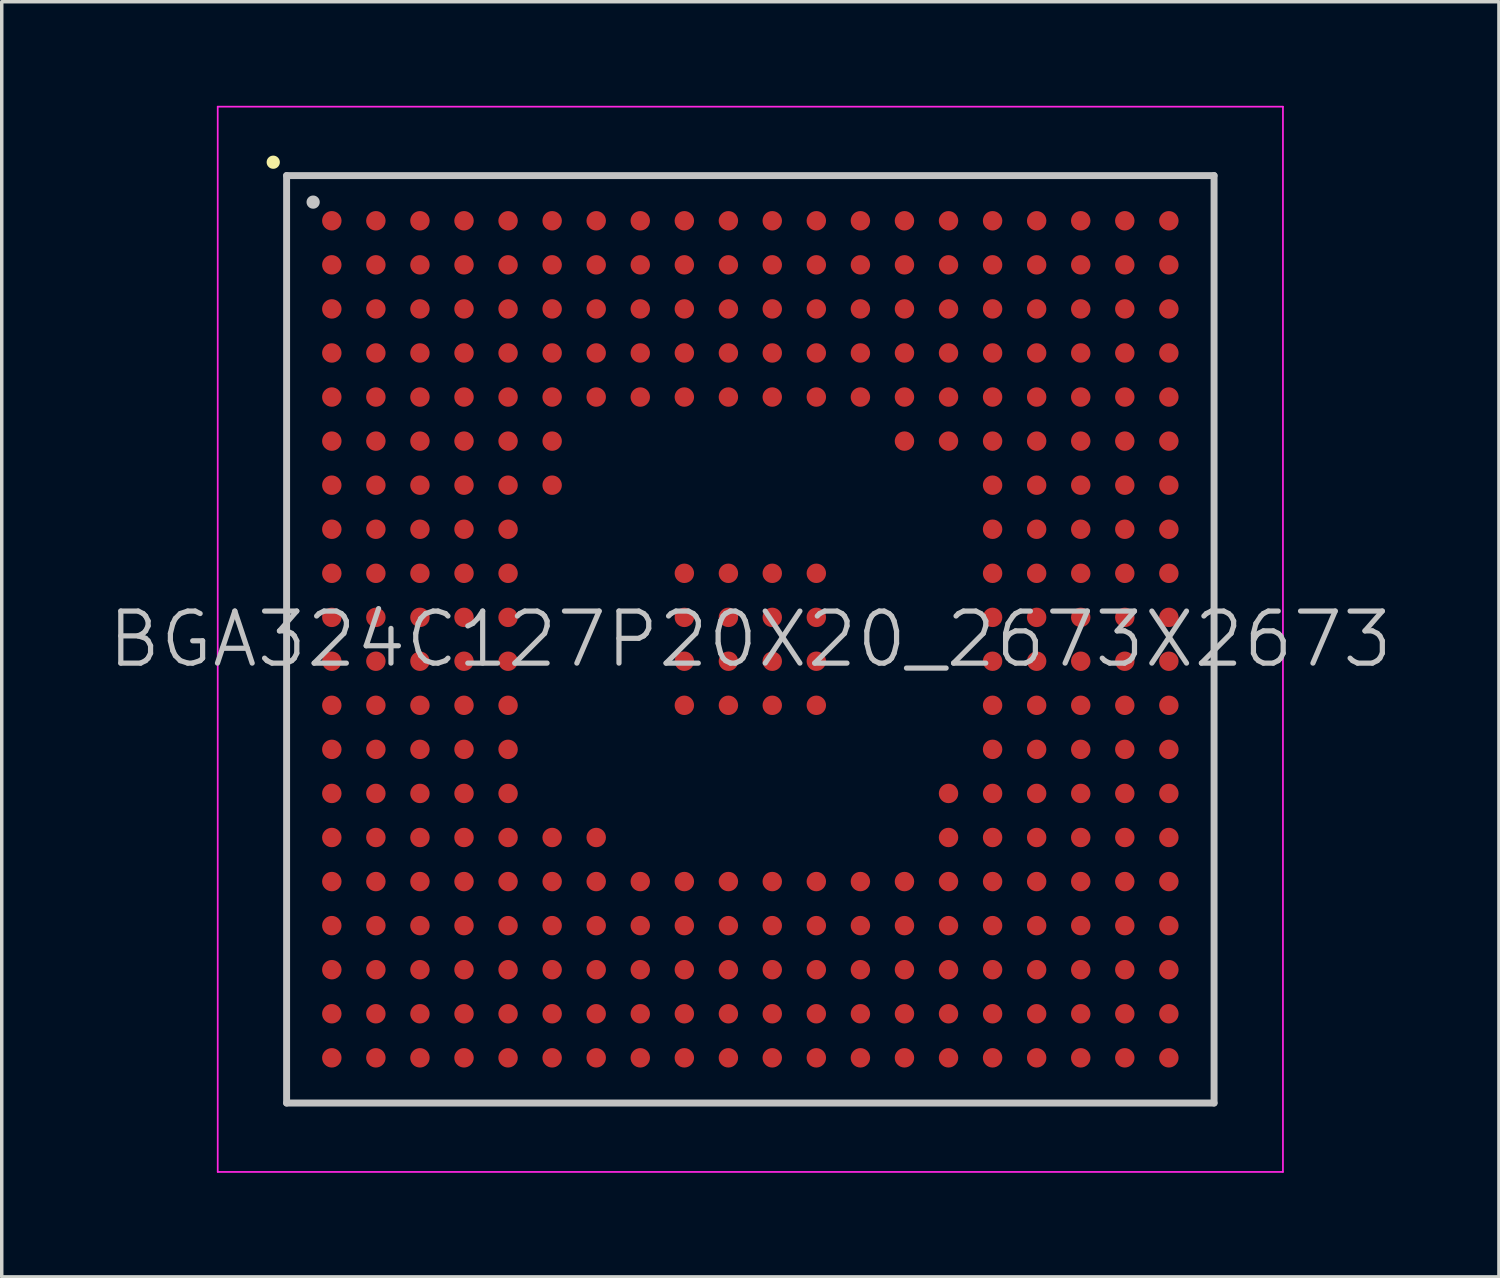
<source format=kicad_pcb>
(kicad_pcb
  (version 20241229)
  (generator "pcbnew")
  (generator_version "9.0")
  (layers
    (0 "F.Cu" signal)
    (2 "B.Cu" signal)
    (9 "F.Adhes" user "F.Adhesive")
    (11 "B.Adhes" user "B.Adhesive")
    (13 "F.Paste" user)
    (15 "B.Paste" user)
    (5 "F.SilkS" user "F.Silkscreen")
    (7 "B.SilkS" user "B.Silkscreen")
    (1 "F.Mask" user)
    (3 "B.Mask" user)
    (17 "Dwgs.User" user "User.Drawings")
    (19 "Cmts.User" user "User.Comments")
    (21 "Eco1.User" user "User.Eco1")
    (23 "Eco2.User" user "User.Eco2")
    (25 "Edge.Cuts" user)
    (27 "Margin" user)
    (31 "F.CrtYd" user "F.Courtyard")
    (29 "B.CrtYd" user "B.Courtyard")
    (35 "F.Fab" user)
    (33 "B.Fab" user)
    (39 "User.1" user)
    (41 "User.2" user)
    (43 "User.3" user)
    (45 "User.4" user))
  (footprint "BGA324C127P20X20_2673X2673"
    (layer "F.Cu")
    (at 18.575 15.375)
    (property "Reference" "BGA324C127P20X20_2673X2673" (at 0 0 0) (layer "Dwgs.User") (effects (font (size 1.5 1.5) (thickness 0.15))))
    (attr smd)
    (fp_line (start -13.75 -13.75) (end -13.75 -13.75) (stroke (width 0.381) (type solid)) (layer "F.SilkS"))
    (fp_line (start -13.365 -13.365) (end -13.365 13.365) (stroke (width 0.2) (type solid)) (layer "Dwgs.User"))
    (fp_line (start -13.365 -13.365) (end 13.365 -13.365) (stroke (width 0.2) (type solid)) (layer "Dwgs.User"))
    (fp_line (start -13.365 13.365) (end 13.365 13.365) (stroke (width 0.2) (type solid)) (layer "Dwgs.User"))
    (fp_line (start -12.6 -12.6) (end -12.6 -12.6) (stroke (width 0.381) (type solid)) (layer "Dwgs.User"))
    (fp_line (start 13.365 -13.365) (end 13.365 13.365) (stroke (width 0.2) (type solid)) (layer "Dwgs.User"))
    (fp_line (start -15.35 -15.35) (end -15.35 15.35) (stroke (width 0.05) (type solid)) (layer "F.CrtYd"))
    (fp_line (start -15.35 -15.35) (end 15.35 -15.35) (stroke (width 0.05) (type solid)) (layer "F.CrtYd"))
    (fp_line (start -15.35 15.35) (end 15.35 15.35) (stroke (width 0.05) (type solid)) (layer "F.CrtYd"))
    (fp_line (start 15.35 -15.35) (end 15.35 15.35) (stroke (width 0.05) (type solid)) (layer "F.CrtYd"))
    (pad "A1" smd circle (at -12.062 -12.062 270) (size 0.56 0.56) (layers "F.Cu" "F.Mask" "F.Paste"))
    (pad "A2" smd circle (at -10.792 -12.062 270) (size 0.56 0.56) (layers "F.Cu" "F.Mask" "F.Paste"))
    (pad "A3" smd circle (at -9.522 -12.062 270) (size 0.56 0.56) (layers "F.Cu" "F.Mask" "F.Paste"))
    (pad "A4" smd circle (at -8.252 -12.062 270) (size 0.56 0.56) (layers "F.Cu" "F.Mask" "F.Paste"))
    (pad "A5" smd circle (at -6.982 -12.062 270) (size 0.56 0.56) (layers "F.Cu" "F.Mask" "F.Paste"))
    (pad "A6" smd circle (at -5.712 -12.062 270) (size 0.56 0.56) (layers "F.Cu" "F.Mask" "F.Paste"))
    (pad "A7" smd circle (at -4.442 -12.062 270) (size 0.56 0.56) (layers "F.Cu" "F.Mask" "F.Paste"))
    (pad "A8" smd circle (at -3.172 -12.062 270) (size 0.56 0.56) (layers "F.Cu" "F.Mask" "F.Paste"))
    (pad "A9" smd circle (at -1.902 -12.062 270) (size 0.56 0.56) (layers "F.Cu" "F.Mask" "F.Paste"))
    (pad "A10" smd circle (at -0.632 -12.062 270) (size 0.56 0.56) (layers "F.Cu" "F.Mask" "F.Paste"))
    (pad "A11" smd circle (at 0.632 -12.062 270) (size 0.56 0.56) (layers "F.Cu" "F.Mask" "F.Paste"))
    (pad "A12" smd circle (at 1.902 -12.062 270) (size 0.56 0.56) (layers "F.Cu" "F.Mask" "F.Paste"))
    (pad "A13" smd circle (at 3.172 -12.062 270) (size 0.56 0.56) (layers "F.Cu" "F.Mask" "F.Paste"))
    (pad "A14" smd circle (at 4.442 -12.062 270) (size 0.56 0.56) (layers "F.Cu" "F.Mask" "F.Paste"))
    (pad "A15" smd circle (at 5.712 -12.062 270) (size 0.56 0.56) (layers "F.Cu" "F.Mask" "F.Paste"))
    (pad "A16" smd circle (at 6.982 -12.062 270) (size 0.56 0.56) (layers "F.Cu" "F.Mask" "F.Paste"))
    (pad "A17" smd circle (at 8.252 -12.062 270) (size 0.56 0.56) (layers "F.Cu" "F.Mask" "F.Paste"))
    (pad "A18" smd circle (at 9.522 -12.062 270) (size 0.56 0.56) (layers "F.Cu" "F.Mask" "F.Paste"))
    (pad "A19" smd circle (at 10.792 -12.062 270) (size 0.56 0.56) (layers "F.Cu" "F.Mask" "F.Paste"))
    (pad "A20" smd circle (at 12.062 -12.062 270) (size 0.56 0.56) (layers "F.Cu" "F.Mask" "F.Paste"))
    (pad "B1" smd circle (at -12.062 -10.792 270) (size 0.56 0.56) (layers "F.Cu" "F.Mask" "F.Paste"))
    (pad "B2" smd circle (at -10.792 -10.792 270) (size 0.56 0.56) (layers "F.Cu" "F.Mask" "F.Paste"))
    (pad "B3" smd circle (at -9.522 -10.792 270) (size 0.56 0.56) (layers "F.Cu" "F.Mask" "F.Paste"))
    (pad "B4" smd circle (at -8.252 -10.792 270) (size 0.56 0.56) (layers "F.Cu" "F.Mask" "F.Paste"))
    (pad "B5" smd circle (at -6.982 -10.792 270) (size 0.56 0.56) (layers "F.Cu" "F.Mask" "F.Paste"))
    (pad "B6" smd circle (at -5.712 -10.792 270) (size 0.56 0.56) (layers "F.Cu" "F.Mask" "F.Paste"))
    (pad "B7" smd circle (at -4.442 -10.792 270) (size 0.56 0.56) (layers "F.Cu" "F.Mask" "F.Paste"))
    (pad "B8" smd circle (at -3.172 -10.792 270) (size 0.56 0.56) (layers "F.Cu" "F.Mask" "F.Paste"))
    (pad "B9" smd circle (at -1.902 -10.792 270) (size 0.56 0.56) (layers "F.Cu" "F.Mask" "F.Paste"))
    (pad "B10" smd circle (at -0.632 -10.792 270) (size 0.56 0.56) (layers "F.Cu" "F.Mask" "F.Paste"))
    (pad "B11" smd circle (at 0.632 -10.792 270) (size 0.56 0.56) (layers "F.Cu" "F.Mask" "F.Paste"))
    (pad "B12" smd circle (at 1.902 -10.792 270) (size 0.56 0.56) (layers "F.Cu" "F.Mask" "F.Paste"))
    (pad "B13" smd circle (at 3.172 -10.792 270) (size 0.56 0.56) (layers "F.Cu" "F.Mask" "F.Paste"))
    (pad "B14" smd circle (at 4.442 -10.792 270) (size 0.56 0.56) (layers "F.Cu" "F.Mask" "F.Paste"))
    (pad "B15" smd circle (at 5.712 -10.792 270) (size 0.56 0.56) (layers "F.Cu" "F.Mask" "F.Paste"))
    (pad "B16" smd circle (at 6.982 -10.792 270) (size 0.56 0.56) (layers "F.Cu" "F.Mask" "F.Paste"))
    (pad "B17" smd circle (at 8.252 -10.792 270) (size 0.56 0.56) (layers "F.Cu" "F.Mask" "F.Paste"))
    (pad "B18" smd circle (at 9.522 -10.792 270) (size 0.56 0.56) (layers "F.Cu" "F.Mask" "F.Paste"))
    (pad "B19" smd circle (at 10.792 -10.792 270) (size 0.56 0.56) (layers "F.Cu" "F.Mask" "F.Paste"))
    (pad "B20" smd circle (at 12.062 -10.792 270) (size 0.56 0.56) (layers "F.Cu" "F.Mask" "F.Paste"))
    (pad "C1" smd circle (at -12.062 -9.522 270) (size 0.56 0.56) (layers "F.Cu" "F.Mask" "F.Paste"))
    (pad "C2" smd circle (at -10.792 -9.522 270) (size 0.56 0.56) (layers "F.Cu" "F.Mask" "F.Paste"))
    (pad "C3" smd circle (at -9.522 -9.522 270) (size 0.56 0.56) (layers "F.Cu" "F.Mask" "F.Paste"))
    (pad "C4" smd circle (at -8.252 -9.522 270) (size 0.56 0.56) (layers "F.Cu" "F.Mask" "F.Paste"))
    (pad "C5" smd circle (at -6.982 -9.522 270) (size 0.56 0.56) (layers "F.Cu" "F.Mask" "F.Paste"))
    (pad "C6" smd circle (at -5.712 -9.522 270) (size 0.56 0.56) (layers "F.Cu" "F.Mask" "F.Paste"))
    (pad "C7" smd circle (at -4.442 -9.522 270) (size 0.56 0.56) (layers "F.Cu" "F.Mask" "F.Paste"))
    (pad "C8" smd circle (at -3.172 -9.522 270) (size 0.56 0.56) (layers "F.Cu" "F.Mask" "F.Paste"))
    (pad "C9" smd circle (at -1.902 -9.522 270) (size 0.56 0.56) (layers "F.Cu" "F.Mask" "F.Paste"))
    (pad "C10" smd circle (at -0.632 -9.522 270) (size 0.56 0.56) (layers "F.Cu" "F.Mask" "F.Paste"))
    (pad "C11" smd circle (at 0.632 -9.522 270) (size 0.56 0.56) (layers "F.Cu" "F.Mask" "F.Paste"))
    (pad "C12" smd circle (at 1.902 -9.522 270) (size 0.56 0.56) (layers "F.Cu" "F.Mask" "F.Paste"))
    (pad "C13" smd circle (at 3.172 -9.522 270) (size 0.56 0.56) (layers "F.Cu" "F.Mask" "F.Paste"))
    (pad "C14" smd circle (at 4.442 -9.522 270) (size 0.56 0.56) (layers "F.Cu" "F.Mask" "F.Paste"))
    (pad "C15" smd circle (at 5.712 -9.522 270) (size 0.56 0.56) (layers "F.Cu" "F.Mask" "F.Paste"))
    (pad "C16" smd circle (at 6.982 -9.522 270) (size 0.56 0.56) (layers "F.Cu" "F.Mask" "F.Paste"))
    (pad "C17" smd circle (at 8.252 -9.522 270) (size 0.56 0.56) (layers "F.Cu" "F.Mask" "F.Paste"))
    (pad "C18" smd circle (at 9.522 -9.522 270) (size 0.56 0.56) (layers "F.Cu" "F.Mask" "F.Paste"))
    (pad "C19" smd circle (at 10.792 -9.522 270) (size 0.56 0.56) (layers "F.Cu" "F.Mask" "F.Paste"))
    (pad "C20" smd circle (at 12.062 -9.522 270) (size 0.56 0.56) (layers "F.Cu" "F.Mask" "F.Paste"))
    (pad "D1" smd circle (at -12.062 -8.252 270) (size 0.56 0.56) (layers "F.Cu" "F.Mask" "F.Paste"))
    (pad "D2" smd circle (at -10.792 -8.252 270) (size 0.56 0.56) (layers "F.Cu" "F.Mask" "F.Paste"))
    (pad "D3" smd circle (at -9.522 -8.252 270) (size 0.56 0.56) (layers "F.Cu" "F.Mask" "F.Paste"))
    (pad "D4" smd circle (at -8.252 -8.252 270) (size 0.56 0.56) (layers "F.Cu" "F.Mask" "F.Paste"))
    (pad "D5" smd circle (at -6.982 -8.252 270) (size 0.56 0.56) (layers "F.Cu" "F.Mask" "F.Paste"))
    (pad "D6" smd circle (at -5.712 -8.252 270) (size 0.56 0.56) (layers "F.Cu" "F.Mask" "F.Paste"))
    (pad "D7" smd circle (at -4.442 -8.252 270) (size 0.56 0.56) (layers "F.Cu" "F.Mask" "F.Paste"))
    (pad "D8" smd circle (at -3.172 -8.252 270) (size 0.56 0.56) (layers "F.Cu" "F.Mask" "F.Paste"))
    (pad "D9" smd circle (at -1.902 -8.252 270) (size 0.56 0.56) (layers "F.Cu" "F.Mask" "F.Paste"))
    (pad "D10" smd circle (at -0.632 -8.252 270) (size 0.56 0.56) (layers "F.Cu" "F.Mask" "F.Paste"))
    (pad "D11" smd circle (at 0.632 -8.252 270) (size 0.56 0.56) (layers "F.Cu" "F.Mask" "F.Paste"))
    (pad "D12" smd circle (at 1.902 -8.252 270) (size 0.56 0.56) (layers "F.Cu" "F.Mask" "F.Paste"))
    (pad "D13" smd circle (at 3.172 -8.252 270) (size 0.56 0.56) (layers "F.Cu" "F.Mask" "F.Paste"))
    (pad "D14" smd circle (at 4.442 -8.252 270) (size 0.56 0.56) (layers "F.Cu" "F.Mask" "F.Paste"))
    (pad "D15" smd circle (at 5.712 -8.252 270) (size 0.56 0.56) (layers "F.Cu" "F.Mask" "F.Paste"))
    (pad "D16" smd circle (at 6.982 -8.252 270) (size 0.56 0.56) (layers "F.Cu" "F.Mask" "F.Paste"))
    (pad "D17" smd circle (at 8.252 -8.252 270) (size 0.56 0.56) (layers "F.Cu" "F.Mask" "F.Paste"))
    (pad "D18" smd circle (at 9.522 -8.252 270) (size 0.56 0.56) (layers "F.Cu" "F.Mask" "F.Paste"))
    (pad "D19" smd circle (at 10.792 -8.252 270) (size 0.56 0.56) (layers "F.Cu" "F.Mask" "F.Paste"))
    (pad "D20" smd circle (at 12.062 -8.252 270) (size 0.56 0.56) (layers "F.Cu" "F.Mask" "F.Paste"))
    (pad "E1" smd circle (at -12.062 -6.982 270) (size 0.56 0.56) (layers "F.Cu" "F.Mask" "F.Paste"))
    (pad "E2" smd circle (at -10.792 -6.982 270) (size 0.56 0.56) (layers "F.Cu" "F.Mask" "F.Paste"))
    (pad "E3" smd circle (at -9.522 -6.982 270) (size 0.56 0.56) (layers "F.Cu" "F.Mask" "F.Paste"))
    (pad "E4" smd circle (at -8.252 -6.982 270) (size 0.56 0.56) (layers "F.Cu" "F.Mask" "F.Paste"))
    (pad "E5" smd circle (at -6.982 -6.982 270) (size 0.56 0.56) (layers "F.Cu" "F.Mask" "F.Paste"))
    (pad "E6" smd circle (at -5.712 -6.982 270) (size 0.56 0.56) (layers "F.Cu" "F.Mask" "F.Paste"))
    (pad "E7" smd circle (at -4.442 -6.982 270) (size 0.56 0.56) (layers "F.Cu" "F.Mask" "F.Paste"))
    (pad "E8" smd circle (at -3.172 -6.982 270) (size 0.56 0.56) (layers "F.Cu" "F.Mask" "F.Paste"))
    (pad "E9" smd circle (at -1.902 -6.982 270) (size 0.56 0.56) (layers "F.Cu" "F.Mask" "F.Paste"))
    (pad "E10" smd circle (at -0.632 -6.982 270) (size 0.56 0.56) (layers "F.Cu" "F.Mask" "F.Paste"))
    (pad "E11" smd circle (at 0.632 -6.982 270) (size 0.56 0.56) (layers "F.Cu" "F.Mask" "F.Paste"))
    (pad "E12" smd circle (at 1.902 -6.982 270) (size 0.56 0.56) (layers "F.Cu" "F.Mask" "F.Paste"))
    (pad "E13" smd circle (at 3.172 -6.982 270) (size 0.56 0.56) (layers "F.Cu" "F.Mask" "F.Paste"))
    (pad "E14" smd circle (at 4.442 -6.982 270) (size 0.56 0.56) (layers "F.Cu" "F.Mask" "F.Paste"))
    (pad "E15" smd circle (at 5.712 -6.982 270) (size 0.56 0.56) (layers "F.Cu" "F.Mask" "F.Paste"))
    (pad "E16" smd circle (at 6.982 -6.982 270) (size 0.56 0.56) (layers "F.Cu" "F.Mask" "F.Paste"))
    (pad "E17" smd circle (at 8.252 -6.982 270) (size 0.56 0.56) (layers "F.Cu" "F.Mask" "F.Paste"))
    (pad "E18" smd circle (at 9.522 -6.982 270) (size 0.56 0.56) (layers "F.Cu" "F.Mask" "F.Paste"))
    (pad "E19" smd circle (at 10.792 -6.982 270) (size 0.56 0.56) (layers "F.Cu" "F.Mask" "F.Paste"))
    (pad "E20" smd circle (at 12.062 -6.982 270) (size 0.56 0.56) (layers "F.Cu" "F.Mask" "F.Paste"))
    (pad "F1" smd circle (at -12.062 -5.712 270) (size 0.56 0.56) (layers "F.Cu" "F.Mask" "F.Paste"))
    (pad "F2" smd circle (at -10.792 -5.712 270) (size 0.56 0.56) (layers "F.Cu" "F.Mask" "F.Paste"))
    (pad "F3" smd circle (at -9.522 -5.712 270) (size 0.56 0.56) (layers "F.Cu" "F.Mask" "F.Paste"))
    (pad "F4" smd circle (at -8.252 -5.712 270) (size 0.56 0.56) (layers "F.Cu" "F.Mask" "F.Paste"))
    (pad "F5" smd circle (at -6.982 -5.712 270) (size 0.56 0.56) (layers "F.Cu" "F.Mask" "F.Paste"))
    (pad "F6" smd circle (at -5.712 -5.712 270) (size 0.56 0.56) (layers "F.Cu" "F.Mask" "F.Paste"))
    (pad "F14" smd circle (at 4.442 -5.712 270) (size 0.56 0.56) (layers "F.Cu" "F.Mask" "F.Paste"))
    (pad "F15" smd circle (at 5.712 -5.712 270) (size 0.56 0.56) (layers "F.Cu" "F.Mask" "F.Paste"))
    (pad "F16" smd circle (at 6.982 -5.712 270) (size 0.56 0.56) (layers "F.Cu" "F.Mask" "F.Paste"))
    (pad "F17" smd circle (at 8.252 -5.712 270) (size 0.56 0.56) (layers "F.Cu" "F.Mask" "F.Paste"))
    (pad "F18" smd circle (at 9.522 -5.712 270) (size 0.56 0.56) (layers "F.Cu" "F.Mask" "F.Paste"))
    (pad "F19" smd circle (at 10.792 -5.712 270) (size 0.56 0.56) (layers "F.Cu" "F.Mask" "F.Paste"))
    (pad "F20" smd circle (at 12.062 -5.712 270) (size 0.56 0.56) (layers "F.Cu" "F.Mask" "F.Paste"))
    (pad "G1" smd circle (at -12.062 -4.442 270) (size 0.56 0.56) (layers "F.Cu" "F.Mask" "F.Paste"))
    (pad "G2" smd circle (at -10.792 -4.442 270) (size 0.56 0.56) (layers "F.Cu" "F.Mask" "F.Paste"))
    (pad "G3" smd circle (at -9.522 -4.442 270) (size 0.56 0.56) (layers "F.Cu" "F.Mask" "F.Paste"))
    (pad "G4" smd circle (at -8.252 -4.442 270) (size 0.56 0.56) (layers "F.Cu" "F.Mask" "F.Paste"))
    (pad "G5" smd circle (at -6.982 -4.442 270) (size 0.56 0.56) (layers "F.Cu" "F.Mask" "F.Paste"))
    (pad "G6" smd circle (at -5.712 -4.442 270) (size 0.56 0.56) (layers "F.Cu" "F.Mask" "F.Paste"))
    (pad "G16" smd circle (at 6.982 -4.442 270) (size 0.56 0.56) (layers "F.Cu" "F.Mask" "F.Paste"))
    (pad "G17" smd circle (at 8.252 -4.442 270) (size 0.56 0.56) (layers "F.Cu" "F.Mask" "F.Paste"))
    (pad "G18" smd circle (at 9.522 -4.442 270) (size 0.56 0.56) (layers "F.Cu" "F.Mask" "F.Paste"))
    (pad "G19" smd circle (at 10.792 -4.442 270) (size 0.56 0.56) (layers "F.Cu" "F.Mask" "F.Paste"))
    (pad "G20" smd circle (at 12.062 -4.442 270) (size 0.56 0.56) (layers "F.Cu" "F.Mask" "F.Paste"))
    (pad "H1" smd circle (at -12.062 -3.172 270) (size 0.56 0.56) (layers "F.Cu" "F.Mask" "F.Paste"))
    (pad "H2" smd circle (at -10.792 -3.172 270) (size 0.56 0.56) (layers "F.Cu" "F.Mask" "F.Paste"))
    (pad "H3" smd circle (at -9.522 -3.172 270) (size 0.56 0.56) (layers "F.Cu" "F.Mask" "F.Paste"))
    (pad "H4" smd circle (at -8.252 -3.172 270) (size 0.56 0.56) (layers "F.Cu" "F.Mask" "F.Paste"))
    (pad "H5" smd circle (at -6.982 -3.172 270) (size 0.56 0.56) (layers "F.Cu" "F.Mask" "F.Paste"))
    (pad "H16" smd circle (at 6.982 -3.172 270) (size 0.56 0.56) (layers "F.Cu" "F.Mask" "F.Paste"))
    (pad "H17" smd circle (at 8.252 -3.172 270) (size 0.56 0.56) (layers "F.Cu" "F.Mask" "F.Paste"))
    (pad "H18" smd circle (at 9.522 -3.172 270) (size 0.56 0.56) (layers "F.Cu" "F.Mask" "F.Paste"))
    (pad "H19" smd circle (at 10.792 -3.172 270) (size 0.56 0.56) (layers "F.Cu" "F.Mask" "F.Paste"))
    (pad "H20" smd circle (at 12.062 -3.172 270) (size 0.56 0.56) (layers "F.Cu" "F.Mask" "F.Paste"))
    (pad "J1" smd circle (at -12.062 -1.902 270) (size 0.56 0.56) (layers "F.Cu" "F.Mask" "F.Paste"))
    (pad "J2" smd circle (at -10.792 -1.902 270) (size 0.56 0.56) (layers "F.Cu" "F.Mask" "F.Paste"))
    (pad "J3" smd circle (at -9.522 -1.902 270) (size 0.56 0.56) (layers "F.Cu" "F.Mask" "F.Paste"))
    (pad "J4" smd circle (at -8.252 -1.902 270) (size 0.56 0.56) (layers "F.Cu" "F.Mask" "F.Paste"))
    (pad "J5" smd circle (at -6.982 -1.902 270) (size 0.56 0.56) (layers "F.Cu" "F.Mask" "F.Paste"))
    (pad "J9" smd circle (at -1.902 -1.902 270) (size 0.56 0.56) (layers "F.Cu" "F.Mask" "F.Paste"))
    (pad "J10" smd circle (at -0.632 -1.902 270) (size 0.56 0.56) (layers "F.Cu" "F.Mask" "F.Paste"))
    (pad "J11" smd circle (at 0.632 -1.902 270) (size 0.56 0.56) (layers "F.Cu" "F.Mask" "F.Paste"))
    (pad "J12" smd circle (at 1.902 -1.902 270) (size 0.56 0.56) (layers "F.Cu" "F.Mask" "F.Paste"))
    (pad "J16" smd circle (at 6.982 -1.902 270) (size 0.56 0.56) (layers "F.Cu" "F.Mask" "F.Paste"))
    (pad "J17" smd circle (at 8.252 -1.902 270) (size 0.56 0.56) (layers "F.Cu" "F.Mask" "F.Paste"))
    (pad "J18" smd circle (at 9.522 -1.902 270) (size 0.56 0.56) (layers "F.Cu" "F.Mask" "F.Paste"))
    (pad "J19" smd circle (at 10.792 -1.902 270) (size 0.56 0.56) (layers "F.Cu" "F.Mask" "F.Paste"))
    (pad "J20" smd circle (at 12.062 -1.902 270) (size 0.56 0.56) (layers "F.Cu" "F.Mask" "F.Paste"))
    (pad "K1" smd circle (at -12.062 -0.632 270) (size 0.56 0.56) (layers "F.Cu" "F.Mask" "F.Paste"))
    (pad "K2" smd circle (at -10.792 -0.632 270) (size 0.56 0.56) (layers "F.Cu" "F.Mask" "F.Paste"))
    (pad "K3" smd circle (at -9.522 -0.632 270) (size 0.56 0.56) (layers "F.Cu" "F.Mask" "F.Paste"))
    (pad "K4" smd circle (at -8.252 -0.632 270) (size 0.56 0.56) (layers "F.Cu" "F.Mask" "F.Paste"))
    (pad "K5" smd circle (at -6.982 -0.632 270) (size 0.56 0.56) (layers "F.Cu" "F.Mask" "F.Paste"))
    (pad "K9" smd circle (at -1.902 -0.632 270) (size 0.56 0.56) (layers "F.Cu" "F.Mask" "F.Paste"))
    (pad "K10" smd circle (at -0.632 -0.632 270) (size 0.56 0.56) (layers "F.Cu" "F.Mask" "F.Paste"))
    (pad "K11" smd circle (at 0.632 -0.632 270) (size 0.56 0.56) (layers "F.Cu" "F.Mask" "F.Paste"))
    (pad "K12" smd circle (at 1.902 -0.632 270) (size 0.56 0.56) (layers "F.Cu" "F.Mask" "F.Paste"))
    (pad "K16" smd circle (at 6.982 -0.632 270) (size 0.56 0.56) (layers "F.Cu" "F.Mask" "F.Paste"))
    (pad "K17" smd circle (at 8.252 -0.632 270) (size 0.56 0.56) (layers "F.Cu" "F.Mask" "F.Paste"))
    (pad "K18" smd circle (at 9.522 -0.632 270) (size 0.56 0.56) (layers "F.Cu" "F.Mask" "F.Paste"))
    (pad "K19" smd circle (at 10.792 -0.632 270) (size 0.56 0.56) (layers "F.Cu" "F.Mask" "F.Paste"))
    (pad "K20" smd circle (at 12.062 -0.632 270) (size 0.56 0.56) (layers "F.Cu" "F.Mask" "F.Paste"))
    (pad "L1" smd circle (at -12.062 0.632 270) (size 0.56 0.56) (layers "F.Cu" "F.Mask" "F.Paste"))
    (pad "L2" smd circle (at -10.792 0.632 270) (size 0.56 0.56) (layers "F.Cu" "F.Mask" "F.Paste"))
    (pad "L3" smd circle (at -9.522 0.632 270) (size 0.56 0.56) (layers "F.Cu" "F.Mask" "F.Paste"))
    (pad "L4" smd circle (at -8.252 0.632 270) (size 0.56 0.56) (layers "F.Cu" "F.Mask" "F.Paste"))
    (pad "L5" smd circle (at -6.982 0.632 270) (size 0.56 0.56) (layers "F.Cu" "F.Mask" "F.Paste"))
    (pad "L9" smd circle (at -1.902 0.632 270) (size 0.56 0.56) (layers "F.Cu" "F.Mask" "F.Paste"))
    (pad "L10" smd circle (at -0.632 0.632 270) (size 0.56 0.56) (layers "F.Cu" "F.Mask" "F.Paste"))
    (pad "L11" smd circle (at 0.632 0.632 270) (size 0.56 0.56) (layers "F.Cu" "F.Mask" "F.Paste"))
    (pad "L12" smd circle (at 1.902 0.632 270) (size 0.56 0.56) (layers "F.Cu" "F.Mask" "F.Paste"))
    (pad "L16" smd circle (at 6.982 0.632 270) (size 0.56 0.56) (layers "F.Cu" "F.Mask" "F.Paste"))
    (pad "L17" smd circle (at 8.252 0.632 270) (size 0.56 0.56) (layers "F.Cu" "F.Mask" "F.Paste"))
    (pad "L18" smd circle (at 9.522 0.632 270) (size 0.56 0.56) (layers "F.Cu" "F.Mask" "F.Paste"))
    (pad "L19" smd circle (at 10.792 0.632 270) (size 0.56 0.56) (layers "F.Cu" "F.Mask" "F.Paste"))
    (pad "L20" smd circle (at 12.062 0.632 270) (size 0.56 0.56) (layers "F.Cu" "F.Mask" "F.Paste"))
    (pad "M1" smd circle (at -12.062 1.902 270) (size 0.56 0.56) (layers "F.Cu" "F.Mask" "F.Paste"))
    (pad "M2" smd circle (at -10.792 1.902 270) (size 0.56 0.56) (layers "F.Cu" "F.Mask" "F.Paste"))
    (pad "M3" smd circle (at -9.522 1.902 270) (size 0.56 0.56) (layers "F.Cu" "F.Mask" "F.Paste"))
    (pad "M4" smd circle (at -8.252 1.902 270) (size 0.56 0.56) (layers "F.Cu" "F.Mask" "F.Paste"))
    (pad "M5" smd circle (at -6.982 1.902 270) (size 0.56 0.56) (layers "F.Cu" "F.Mask" "F.Paste"))
    (pad "M9" smd circle (at -1.902 1.902 270) (size 0.56 0.56) (layers "F.Cu" "F.Mask" "F.Paste"))
    (pad "M10" smd circle (at -0.632 1.902 270) (size 0.56 0.56) (layers "F.Cu" "F.Mask" "F.Paste"))
    (pad "M11" smd circle (at 0.632 1.902 270) (size 0.56 0.56) (layers "F.Cu" "F.Mask" "F.Paste"))
    (pad "M12" smd circle (at 1.902 1.902 270) (size 0.56 0.56) (layers "F.Cu" "F.Mask" "F.Paste"))
    (pad "M16" smd circle (at 6.982 1.902 270) (size 0.56 0.56) (layers "F.Cu" "F.Mask" "F.Paste"))
    (pad "M17" smd circle (at 8.252 1.902 270) (size 0.56 0.56) (layers "F.Cu" "F.Mask" "F.Paste"))
    (pad "M18" smd circle (at 9.522 1.902 270) (size 0.56 0.56) (layers "F.Cu" "F.Mask" "F.Paste"))
    (pad "M19" smd circle (at 10.792 1.902 270) (size 0.56 0.56) (layers "F.Cu" "F.Mask" "F.Paste"))
    (pad "M20" smd circle (at 12.062 1.902 270) (size 0.56 0.56) (layers "F.Cu" "F.Mask" "F.Paste"))
    (pad "N1" smd circle (at -12.062 3.172 270) (size 0.56 0.56) (layers "F.Cu" "F.Mask" "F.Paste"))
    (pad "N2" smd circle (at -10.792 3.172 270) (size 0.56 0.56) (layers "F.Cu" "F.Mask" "F.Paste"))
    (pad "N3" smd circle (at -9.522 3.172 270) (size 0.56 0.56) (layers "F.Cu" "F.Mask" "F.Paste"))
    (pad "N4" smd circle (at -8.252 3.172 270) (size 0.56 0.56) (layers "F.Cu" "F.Mask" "F.Paste"))
    (pad "N5" smd circle (at -6.982 3.172 270) (size 0.56 0.56) (layers "F.Cu" "F.Mask" "F.Paste"))
    (pad "N16" smd circle (at 6.982 3.172 270) (size 0.56 0.56) (layers "F.Cu" "F.Mask" "F.Paste"))
    (pad "N17" smd circle (at 8.252 3.172 270) (size 0.56 0.56) (layers "F.Cu" "F.Mask" "F.Paste"))
    (pad "N18" smd circle (at 9.522 3.172 270) (size 0.56 0.56) (layers "F.Cu" "F.Mask" "F.Paste"))
    (pad "N19" smd circle (at 10.792 3.172 270) (size 0.56 0.56) (layers "F.Cu" "F.Mask" "F.Paste"))
    (pad "N20" smd circle (at 12.062 3.172 270) (size 0.56 0.56) (layers "F.Cu" "F.Mask" "F.Paste"))
    (pad "P1" smd circle (at -12.062 4.442 270) (size 0.56 0.56) (layers "F.Cu" "F.Mask" "F.Paste"))
    (pad "P2" smd circle (at -10.792 4.442 270) (size 0.56 0.56) (layers "F.Cu" "F.Mask" "F.Paste"))
    (pad "P3" smd circle (at -9.522 4.442 270) (size 0.56 0.56) (layers "F.Cu" "F.Mask" "F.Paste"))
    (pad "P4" smd circle (at -8.252 4.442 270) (size 0.56 0.56) (layers "F.Cu" "F.Mask" "F.Paste"))
    (pad "P5" smd circle (at -6.982 4.442 270) (size 0.56 0.56) (layers "F.Cu" "F.Mask" "F.Paste"))
    (pad "P15" smd circle (at 5.712 4.442 270) (size 0.56 0.56) (layers "F.Cu" "F.Mask" "F.Paste"))
    (pad "P16" smd circle (at 6.982 4.442 270) (size 0.56 0.56) (layers "F.Cu" "F.Mask" "F.Paste"))
    (pad "P17" smd circle (at 8.252 4.442 270) (size 0.56 0.56) (layers "F.Cu" "F.Mask" "F.Paste"))
    (pad "P18" smd circle (at 9.522 4.442 270) (size 0.56 0.56) (layers "F.Cu" "F.Mask" "F.Paste"))
    (pad "P19" smd circle (at 10.792 4.442 270) (size 0.56 0.56) (layers "F.Cu" "F.Mask" "F.Paste"))
    (pad "P20" smd circle (at 12.062 4.442 270) (size 0.56 0.56) (layers "F.Cu" "F.Mask" "F.Paste"))
    (pad "R1" smd circle (at -12.062 5.712 270) (size 0.56 0.56) (layers "F.Cu" "F.Mask" "F.Paste"))
    (pad "R2" smd circle (at -10.792 5.712 270) (size 0.56 0.56) (layers "F.Cu" "F.Mask" "F.Paste"))
    (pad "R3" smd circle (at -9.522 5.712 270) (size 0.56 0.56) (layers "F.Cu" "F.Mask" "F.Paste"))
    (pad "R4" smd circle (at -8.252 5.712 270) (size 0.56 0.56) (layers "F.Cu" "F.Mask" "F.Paste"))
    (pad "R5" smd circle (at -6.982 5.712 270) (size 0.56 0.56) (layers "F.Cu" "F.Mask" "F.Paste"))
    (pad "R6" smd circle (at -5.712 5.712 270) (size 0.56 0.56) (layers "F.Cu" "F.Mask" "F.Paste"))
    (pad "R7" smd circle (at -4.442 5.712 270) (size 0.56 0.56) (layers "F.Cu" "F.Mask" "F.Paste"))
    (pad "R15" smd circle (at 5.712 5.712 270) (size 0.56 0.56) (layers "F.Cu" "F.Mask" "F.Paste"))
    (pad "R16" smd circle (at 6.982 5.712 270) (size 0.56 0.56) (layers "F.Cu" "F.Mask" "F.Paste"))
    (pad "R17" smd circle (at 8.252 5.712 270) (size 0.56 0.56) (layers "F.Cu" "F.Mask" "F.Paste"))
    (pad "R18" smd circle (at 9.522 5.712 270) (size 0.56 0.56) (layers "F.Cu" "F.Mask" "F.Paste"))
    (pad "R19" smd circle (at 10.792 5.712 270) (size 0.56 0.56) (layers "F.Cu" "F.Mask" "F.Paste"))
    (pad "R20" smd circle (at 12.062 5.712 270) (size 0.56 0.56) (layers "F.Cu" "F.Mask" "F.Paste"))
    (pad "T1" smd circle (at -12.062 6.982 270) (size 0.56 0.56) (layers "F.Cu" "F.Mask" "F.Paste"))
    (pad "T2" smd circle (at -10.792 6.982 270) (size 0.56 0.56) (layers "F.Cu" "F.Mask" "F.Paste"))
    (pad "T3" smd circle (at -9.522 6.982 270) (size 0.56 0.56) (layers "F.Cu" "F.Mask" "F.Paste"))
    (pad "T4" smd circle (at -8.252 6.982 270) (size 0.56 0.56) (layers "F.Cu" "F.Mask" "F.Paste"))
    (pad "T5" smd circle (at -6.982 6.982 270) (size 0.56 0.56) (layers "F.Cu" "F.Mask" "F.Paste"))
    (pad "T6" smd circle (at -5.712 6.982 270) (size 0.56 0.56) (layers "F.Cu" "F.Mask" "F.Paste"))
    (pad "T7" smd circle (at -4.442 6.982 270) (size 0.56 0.56) (layers "F.Cu" "F.Mask" "F.Paste"))
    (pad "T8" smd circle (at -3.172 6.982 270) (size 0.56 0.56) (layers "F.Cu" "F.Mask" "F.Paste"))
    (pad "T9" smd circle (at -1.902 6.982 270) (size 0.56 0.56) (layers "F.Cu" "F.Mask" "F.Paste"))
    (pad "T10" smd circle (at -0.632 6.982 270) (size 0.56 0.56) (layers "F.Cu" "F.Mask" "F.Paste"))
    (pad "T11" smd circle (at 0.632 6.982 270) (size 0.56 0.56) (layers "F.Cu" "F.Mask" "F.Paste"))
    (pad "T12" smd circle (at 1.902 6.982 270) (size 0.56 0.56) (layers "F.Cu" "F.Mask" "F.Paste"))
    (pad "T13" smd circle (at 3.172 6.982 270) (size 0.56 0.56) (layers "F.Cu" "F.Mask" "F.Paste"))
    (pad "T14" smd circle (at 4.442 6.982 270) (size 0.56 0.56) (layers "F.Cu" "F.Mask" "F.Paste"))
    (pad "T15" smd circle (at 5.712 6.982 270) (size 0.56 0.56) (layers "F.Cu" "F.Mask" "F.Paste"))
    (pad "T16" smd circle (at 6.982 6.982 270) (size 0.56 0.56) (layers "F.Cu" "F.Mask" "F.Paste"))
    (pad "T17" smd circle (at 8.252 6.982 270) (size 0.56 0.56) (layers "F.Cu" "F.Mask" "F.Paste"))
    (pad "T18" smd circle (at 9.522 6.982 270) (size 0.56 0.56) (layers "F.Cu" "F.Mask" "F.Paste"))
    (pad "T19" smd circle (at 10.792 6.982 270) (size 0.56 0.56) (layers "F.Cu" "F.Mask" "F.Paste"))
    (pad "T20" smd circle (at 12.062 6.982 270) (size 0.56 0.56) (layers "F.Cu" "F.Mask" "F.Paste"))
    (pad "U1" smd circle (at -12.062 8.252 270) (size 0.56 0.56) (layers "F.Cu" "F.Mask" "F.Paste"))
    (pad "U2" smd circle (at -10.792 8.252 270) (size 0.56 0.56) (layers "F.Cu" "F.Mask" "F.Paste"))
    (pad "U3" smd circle (at -9.522 8.252 270) (size 0.56 0.56) (layers "F.Cu" "F.Mask" "F.Paste"))
    (pad "U4" smd circle (at -8.252 8.252 270) (size 0.56 0.56) (layers "F.Cu" "F.Mask" "F.Paste"))
    (pad "U5" smd circle (at -6.982 8.252 270) (size 0.56 0.56) (layers "F.Cu" "F.Mask" "F.Paste"))
    (pad "U6" smd circle (at -5.712 8.252 270) (size 0.56 0.56) (layers "F.Cu" "F.Mask" "F.Paste"))
    (pad "U7" smd circle (at -4.442 8.252 270) (size 0.56 0.56) (layers "F.Cu" "F.Mask" "F.Paste"))
    (pad "U8" smd circle (at -3.172 8.252 270) (size 0.56 0.56) (layers "F.Cu" "F.Mask" "F.Paste"))
    (pad "U9" smd circle (at -1.902 8.252 270) (size 0.56 0.56) (layers "F.Cu" "F.Mask" "F.Paste"))
    (pad "U10" smd circle (at -0.632 8.252 270) (size 0.56 0.56) (layers "F.Cu" "F.Mask" "F.Paste"))
    (pad "U11" smd circle (at 0.632 8.252 270) (size 0.56 0.56) (layers "F.Cu" "F.Mask" "F.Paste"))
    (pad "U12" smd circle (at 1.902 8.252 270) (size 0.56 0.56) (layers "F.Cu" "F.Mask" "F.Paste"))
    (pad "U13" smd circle (at 3.172 8.252 270) (size 0.56 0.56) (layers "F.Cu" "F.Mask" "F.Paste"))
    (pad "U14" smd circle (at 4.442 8.252 270) (size 0.56 0.56) (layers "F.Cu" "F.Mask" "F.Paste"))
    (pad "U15" smd circle (at 5.712 8.252 270) (size 0.56 0.56) (layers "F.Cu" "F.Mask" "F.Paste"))
    (pad "U16" smd circle (at 6.982 8.252 270) (size 0.56 0.56) (layers "F.Cu" "F.Mask" "F.Paste"))
    (pad "U17" smd circle (at 8.252 8.252 270) (size 0.56 0.56) (layers "F.Cu" "F.Mask" "F.Paste"))
    (pad "U18" smd circle (at 9.522 8.252 270) (size 0.56 0.56) (layers "F.Cu" "F.Mask" "F.Paste"))
    (pad "U19" smd circle (at 10.792 8.252 270) (size 0.56 0.56) (layers "F.Cu" "F.Mask" "F.Paste"))
    (pad "U20" smd circle (at 12.062 8.252 270) (size 0.56 0.56) (layers "F.Cu" "F.Mask" "F.Paste"))
    (pad "V1" smd circle (at -12.062 9.522 270) (size 0.56 0.56) (layers "F.Cu" "F.Mask" "F.Paste"))
    (pad "V2" smd circle (at -10.792 9.522 270) (size 0.56 0.56) (layers "F.Cu" "F.Mask" "F.Paste"))
    (pad "V3" smd circle (at -9.522 9.522 270) (size 0.56 0.56) (layers "F.Cu" "F.Mask" "F.Paste"))
    (pad "V4" smd circle (at -8.252 9.522 270) (size 0.56 0.56) (layers "F.Cu" "F.Mask" "F.Paste"))
    (pad "V5" smd circle (at -6.982 9.522 270) (size 0.56 0.56) (layers "F.Cu" "F.Mask" "F.Paste"))
    (pad "V6" smd circle (at -5.712 9.522 270) (size 0.56 0.56) (layers "F.Cu" "F.Mask" "F.Paste"))
    (pad "V7" smd circle (at -4.442 9.522 270) (size 0.56 0.56) (layers "F.Cu" "F.Mask" "F.Paste"))
    (pad "V8" smd circle (at -3.172 9.522 270) (size 0.56 0.56) (layers "F.Cu" "F.Mask" "F.Paste"))
    (pad "V9" smd circle (at -1.902 9.522 270) (size 0.56 0.56) (layers "F.Cu" "F.Mask" "F.Paste"))
    (pad "V10" smd circle (at -0.632 9.522 270) (size 0.56 0.56) (layers "F.Cu" "F.Mask" "F.Paste"))
    (pad "V11" smd circle (at 0.632 9.522 270) (size 0.56 0.56) (layers "F.Cu" "F.Mask" "F.Paste"))
    (pad "V12" smd circle (at 1.902 9.522 270) (size 0.56 0.56) (layers "F.Cu" "F.Mask" "F.Paste"))
    (pad "V13" smd circle (at 3.172 9.522 270) (size 0.56 0.56) (layers "F.Cu" "F.Mask" "F.Paste"))
    (pad "V14" smd circle (at 4.442 9.522 270) (size 0.56 0.56) (layers "F.Cu" "F.Mask" "F.Paste"))
    (pad "V15" smd circle (at 5.712 9.522 270) (size 0.56 0.56) (layers "F.Cu" "F.Mask" "F.Paste"))
    (pad "V16" smd circle (at 6.982 9.522 270) (size 0.56 0.56) (layers "F.Cu" "F.Mask" "F.Paste"))
    (pad "V17" smd circle (at 8.252 9.522 270) (size 0.56 0.56) (layers "F.Cu" "F.Mask" "F.Paste"))
    (pad "V18" smd circle (at 9.522 9.522 270) (size 0.56 0.56) (layers "F.Cu" "F.Mask" "F.Paste"))
    (pad "V19" smd circle (at 10.792 9.522 270) (size 0.56 0.56) (layers "F.Cu" "F.Mask" "F.Paste"))
    (pad "V20" smd circle (at 12.062 9.522 270) (size 0.56 0.56) (layers "F.Cu" "F.Mask" "F.Paste"))
    (pad "W1" smd circle (at -12.062 10.792 270) (size 0.56 0.56) (layers "F.Cu" "F.Mask" "F.Paste"))
    (pad "W2" smd circle (at -10.792 10.792 270) (size 0.56 0.56) (layers "F.Cu" "F.Mask" "F.Paste"))
    (pad "W3" smd circle (at -9.522 10.792 270) (size 0.56 0.56) (layers "F.Cu" "F.Mask" "F.Paste"))
    (pad "W4" smd circle (at -8.252 10.792 270) (size 0.56 0.56) (layers "F.Cu" "F.Mask" "F.Paste"))
    (pad "W5" smd circle (at -6.982 10.792 270) (size 0.56 0.56) (layers "F.Cu" "F.Mask" "F.Paste"))
    (pad "W6" smd circle (at -5.712 10.792 270) (size 0.56 0.56) (layers "F.Cu" "F.Mask" "F.Paste"))
    (pad "W7" smd circle (at -4.442 10.792 270) (size 0.56 0.56) (layers "F.Cu" "F.Mask" "F.Paste"))
    (pad "W8" smd circle (at -3.172 10.792 270) (size 0.56 0.56) (layers "F.Cu" "F.Mask" "F.Paste"))
    (pad "W9" smd circle (at -1.902 10.792 270) (size 0.56 0.56) (layers "F.Cu" "F.Mask" "F.Paste"))
    (pad "W10" smd circle (at -0.632 10.792 270) (size 0.56 0.56) (layers "F.Cu" "F.Mask" "F.Paste"))
    (pad "W11" smd circle (at 0.632 10.792 270) (size 0.56 0.56) (layers "F.Cu" "F.Mask" "F.Paste"))
    (pad "W12" smd circle (at 1.902 10.792 270) (size 0.56 0.56) (layers "F.Cu" "F.Mask" "F.Paste"))
    (pad "W13" smd circle (at 3.172 10.792 270) (size 0.56 0.56) (layers "F.Cu" "F.Mask" "F.Paste"))
    (pad "W14" smd circle (at 4.442 10.792 270) (size 0.56 0.56) (layers "F.Cu" "F.Mask" "F.Paste"))
    (pad "W15" smd circle (at 5.712 10.792 270) (size 0.56 0.56) (layers "F.Cu" "F.Mask" "F.Paste"))
    (pad "W16" smd circle (at 6.982 10.792 270) (size 0.56 0.56) (layers "F.Cu" "F.Mask" "F.Paste"))
    (pad "W17" smd circle (at 8.252 10.792 270) (size 0.56 0.56) (layers "F.Cu" "F.Mask" "F.Paste"))
    (pad "W18" smd circle (at 9.522 10.792 270) (size 0.56 0.56) (layers "F.Cu" "F.Mask" "F.Paste"))
    (pad "W19" smd circle (at 10.792 10.792 270) (size 0.56 0.56) (layers "F.Cu" "F.Mask" "F.Paste"))
    (pad "W20" smd circle (at 12.062 10.792 270) (size 0.56 0.56) (layers "F.Cu" "F.Mask" "F.Paste"))
    (pad "Y1" smd circle (at -12.062 12.062 270) (size 0.56 0.56) (layers "F.Cu" "F.Mask" "F.Paste"))
    (pad "Y2" smd circle (at -10.792 12.062 270) (size 0.56 0.56) (layers "F.Cu" "F.Mask" "F.Paste"))
    (pad "Y3" smd circle (at -9.522 12.062 270) (size 0.56 0.56) (layers "F.Cu" "F.Mask" "F.Paste"))
    (pad "Y4" smd circle (at -8.252 12.062 270) (size 0.56 0.56) (layers "F.Cu" "F.Mask" "F.Paste"))
    (pad "Y5" smd circle (at -6.982 12.062 270) (size 0.56 0.56) (layers "F.Cu" "F.Mask" "F.Paste"))
    (pad "Y6" smd circle (at -5.712 12.062 270) (size 0.56 0.56) (layers "F.Cu" "F.Mask" "F.Paste"))
    (pad "Y7" smd circle (at -4.442 12.062 270) (size 0.56 0.56) (layers "F.Cu" "F.Mask" "F.Paste"))
    (pad "Y8" smd circle (at -3.172 12.062 270) (size 0.56 0.56) (layers "F.Cu" "F.Mask" "F.Paste"))
    (pad "Y9" smd circle (at -1.902 12.062 270) (size 0.56 0.56) (layers "F.Cu" "F.Mask" "F.Paste"))
    (pad "Y10" smd circle (at -0.632 12.062 270) (size 0.56 0.56) (layers "F.Cu" "F.Mask" "F.Paste"))
    (pad "Y11" smd circle (at 0.632 12.062 270) (size 0.56 0.56) (layers "F.Cu" "F.Mask" "F.Paste"))
    (pad "Y12" smd circle (at 1.902 12.062 270) (size 0.56 0.56) (layers "F.Cu" "F.Mask" "F.Paste"))
    (pad "Y13" smd circle (at 3.172 12.062 270) (size 0.56 0.56) (layers "F.Cu" "F.Mask" "F.Paste"))
    (pad "Y14" smd circle (at 4.442 12.062 270) (size 0.56 0.56) (layers "F.Cu" "F.Mask" "F.Paste"))
    (pad "Y15" smd circle (at 5.712 12.062 270) (size 0.56 0.56) (layers "F.Cu" "F.Mask" "F.Paste"))
    (pad "Y16" smd circle (at 6.982 12.062 270) (size 0.56 0.56) (layers "F.Cu" "F.Mask" "F.Paste"))
    (pad "Y17" smd circle (at 8.252 12.062 270) (size 0.56 0.56) (layers "F.Cu" "F.Mask" "F.Paste"))
    (pad "Y18" smd circle (at 9.522 12.062 270) (size 0.56 0.56) (layers "F.Cu" "F.Mask" "F.Paste"))
    (pad "Y19" smd circle (at 10.792 12.062 270) (size 0.56 0.56) (layers "F.Cu" "F.Mask" "F.Paste"))
    (pad "Y20" smd circle (at 12.062 12.062 270) (size 0.56 0.56) (layers "F.Cu" "F.Mask" "F.Paste")))
  (gr_rect
    (start -3 -3)
    (end 40.15 33.75)
    (stroke (width 0.1) (type default))
    (fill no)
    (layer "Edge.Cuts")))
</source>
